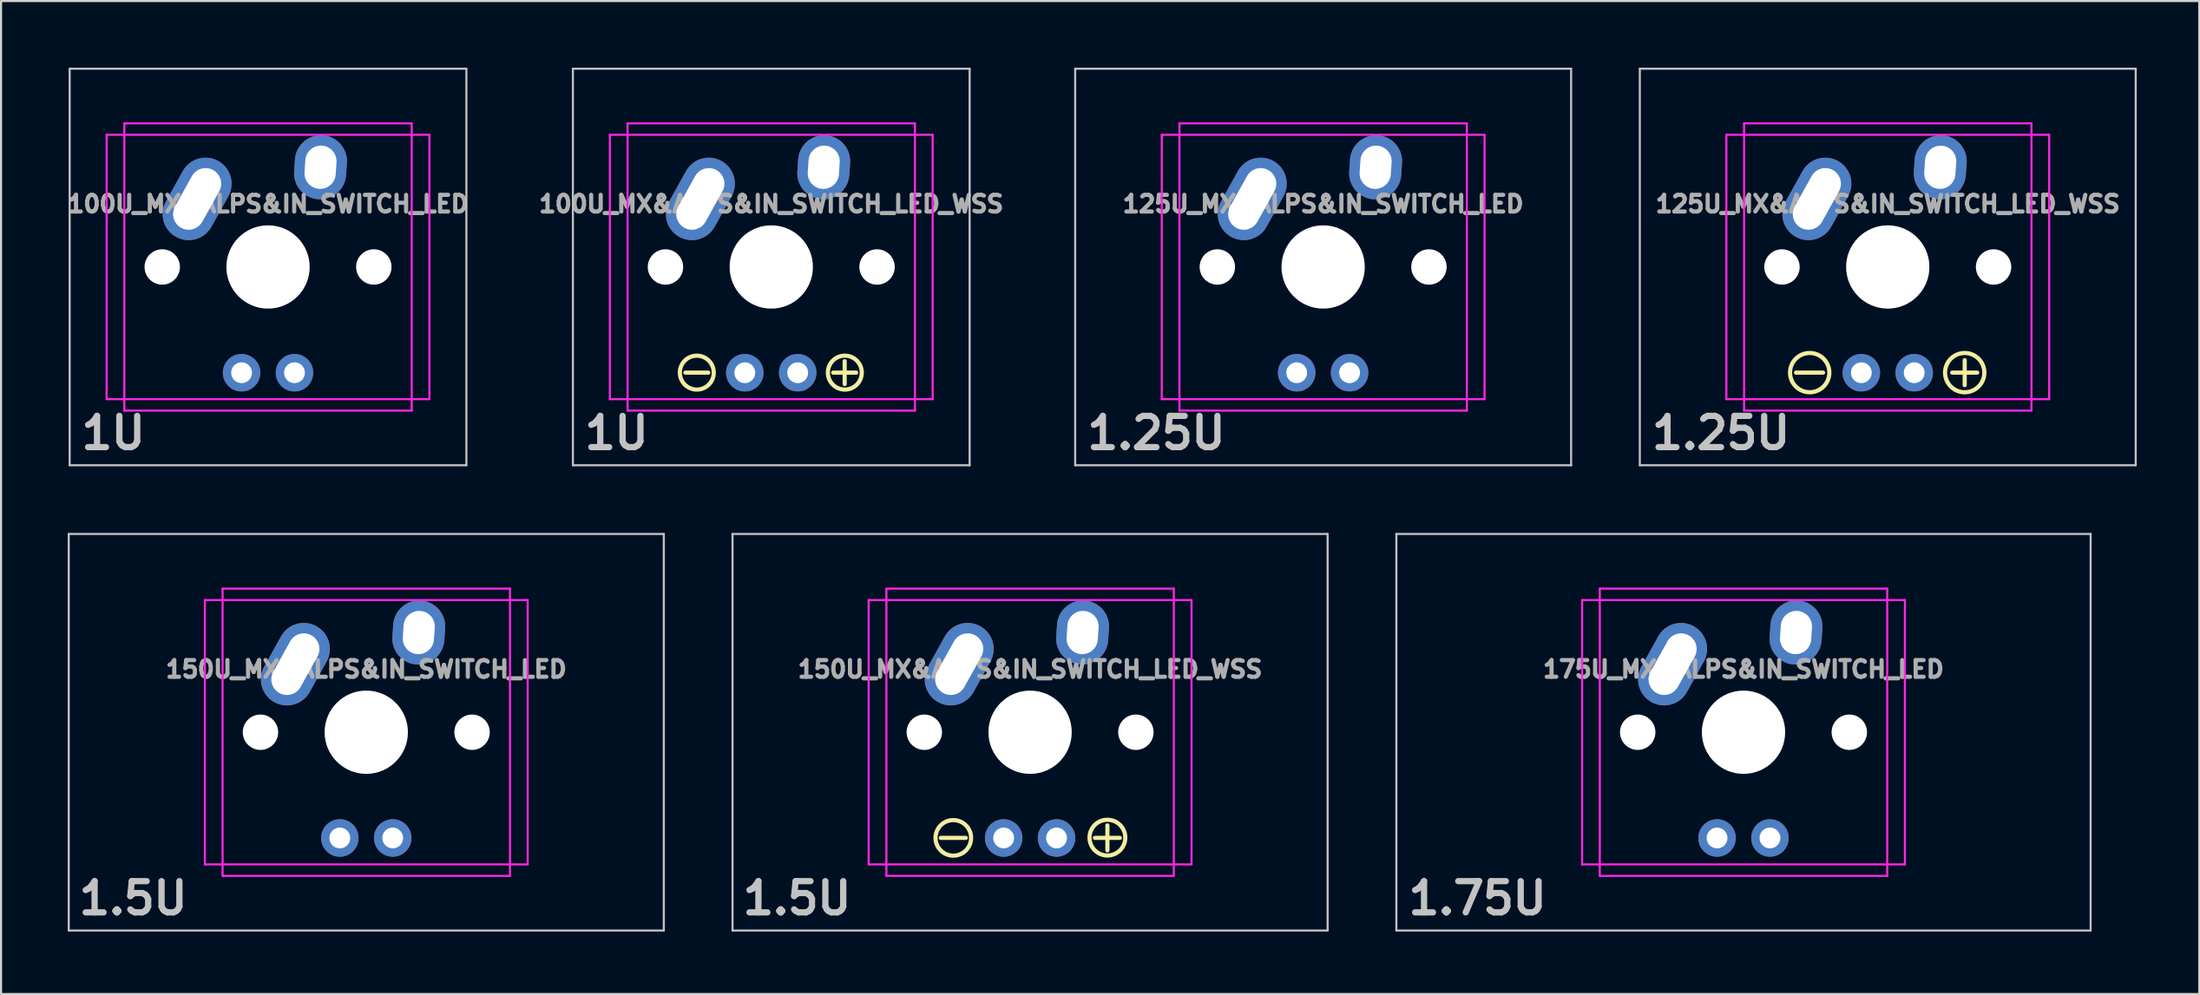
<source format=kicad_pcb>
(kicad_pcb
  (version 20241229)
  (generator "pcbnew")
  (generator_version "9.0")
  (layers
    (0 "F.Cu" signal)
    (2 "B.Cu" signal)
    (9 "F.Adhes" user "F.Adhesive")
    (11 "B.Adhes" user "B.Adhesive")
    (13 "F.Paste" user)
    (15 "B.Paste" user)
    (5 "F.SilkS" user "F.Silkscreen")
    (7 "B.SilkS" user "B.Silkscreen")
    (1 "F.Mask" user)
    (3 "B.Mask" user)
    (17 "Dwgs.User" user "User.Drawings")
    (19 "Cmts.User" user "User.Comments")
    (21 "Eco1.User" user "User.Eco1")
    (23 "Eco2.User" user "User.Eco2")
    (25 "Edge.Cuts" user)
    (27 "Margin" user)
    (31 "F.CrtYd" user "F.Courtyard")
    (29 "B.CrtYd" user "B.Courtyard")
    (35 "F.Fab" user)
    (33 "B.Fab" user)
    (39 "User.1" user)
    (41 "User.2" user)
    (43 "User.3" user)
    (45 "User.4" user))
  (footprint "150U_MX&ALPS&IN_SWITCH_LED_WSS"
    (layer "F.Cu")
    (at 32.125 22.6)
    (property "Reference" "150U_MX&ALPS&IN_SWITCH_LED_WSS" (at 14.287 6.5 0) (layer "F.Fab") (effects (font (size 0.8 0.8) (thickness 0.2))))
    (attr through_hole)
    (fp_line (start 10 14.6) (end 11.2 14.6) (stroke (width 0.2) (type solid)) (layer "F.SilkS"))
    (fp_line (start 17.4 14.6) (end 18.6 14.6) (stroke (width 0.2) (type solid)) (layer "F.SilkS"))
    (fp_line (start 18 15.2) (end 18 14) (stroke (width 0.2) (type solid)) (layer "F.SilkS"))
    (fp_circle (center 10.6 14.6) (end 11.4 14.9) (stroke (width 0.2) (type solid)) (fill no) (layer "F.SilkS"))
    (fp_circle (center 18 14.588) (end 18.8 14.9) (stroke (width 0.2) (type solid)) (fill no) (layer "F.SilkS"))
    (fp_line (start 0 0) (end 28.575 0) (stroke (width 0.1) (type solid)) (layer "Dwgs.User"))
    (fp_line (start 0 19.05) (end 0 0) (stroke (width 0.1) (type solid)) (layer "Dwgs.User"))
    (fp_line (start 28.575 0) (end 28.575 19.05) (stroke (width 0.1) (type solid)) (layer "Dwgs.User"))
    (fp_line (start 28.575 19.05) (end 0 19.05) (stroke (width 0.1) (type solid)) (layer "Dwgs.User"))
    (fp_line (start 6.537 3.175) (end 6.537 15.875) (stroke (width 0.1) (type solid)) (layer "F.CrtYd"))
    (fp_line (start 6.537 3.175) (end 22.038 3.175) (stroke (width 0.1) (type solid)) (layer "F.CrtYd"))
    (fp_line (start 6.537 15.875) (end 22.038 15.875) (stroke (width 0.1) (type solid)) (layer "F.CrtYd"))
    (fp_line (start 7.388 2.625) (end 7.388 16.425) (stroke (width 0.1) (type solid)) (layer "F.CrtYd"))
    (fp_line (start 7.388 2.625) (end 21.188 2.625) (stroke (width 0.1) (type solid)) (layer "F.CrtYd"))
    (fp_line (start 7.388 16.425) (end 21.188 16.425) (stroke (width 0.1) (type solid)) (layer "F.CrtYd"))
    (fp_line (start 21.188 2.625) (end 21.188 16.425) (stroke (width 0.1) (type solid)) (layer "F.CrtYd"))
    (fp_line (start 22.038 3.175) (end 22.038 15.875) (stroke (width 0.1) (type solid)) (layer "F.CrtYd"))
    (fp_text user "1.5U" (at 3.1 17.5 0) (layer "Dwgs.User") (effects (font (size 1.5 1.5) (thickness 0.3))))
    (pad "" np_thru_hole circle (at 9.207 9.525) (size 1.7 1.7) (drill 1.7) (layers "*.Cu" "*.Mask"))
    (pad "" np_thru_hole circle (at 14.287 9.525) (size 4 4) (drill 4) (layers "*.Cu" "*.Mask"))
    (pad "" np_thru_hole circle (at 19.367 9.525) (size 1.7 1.7) (drill 1.7) (layers "*.Cu" "*.Mask"))
    (pad "1" thru_hole oval (at 10.883 6.255 330.95) (size 2.5 4.17) (drill oval 1.5 3.17) (layers "*.Cu" "*.Mask"))
    (pad "2" thru_hole oval (at 16.808 4.735 356.1) (size 2.5 3.08) (drill oval 1.5 2.08) (layers "*.Cu" "*.Mask"))
    (pad "3" thru_hole circle (at 13.018 14.605) (size 1.8 1.8) (drill 1) (layers "*.Cu" "*.Mask"))
    (pad "4" thru_hole circle (at 15.557 14.605) (size 1.8 1.8) (drill 1) (layers "*.Cu" "*.Mask")))
  (footprint "175U_MX&ALPS&IN_SWITCH_LED"
    (layer "F.Cu")
    (at 64 22.6)
    (property "Reference" "175U_MX&ALPS&IN_SWITCH_LED" (at 16.669 6.5 0) (layer "F.Fab") (effects (font (size 0.8 0.8) (thickness 0.2))))
    (attr through_hole)
    (fp_line (start 0 0) (end 33.337 0) (stroke (width 0.1) (type solid)) (layer "Dwgs.User"))
    (fp_line (start 0 19.05) (end 0 0) (stroke (width 0.1) (type solid)) (layer "Dwgs.User"))
    (fp_line (start 33.337 0) (end 33.337 19.05) (stroke (width 0.1) (type solid)) (layer "Dwgs.User"))
    (fp_line (start 33.337 19.05) (end 0 19.05) (stroke (width 0.1) (type solid)) (layer "Dwgs.User"))
    (fp_line (start 8.919 3.175) (end 8.919 15.875) (stroke (width 0.1) (type solid)) (layer "F.CrtYd"))
    (fp_line (start 8.919 3.175) (end 24.419 3.175) (stroke (width 0.1) (type solid)) (layer "F.CrtYd"))
    (fp_line (start 8.919 15.875) (end 24.419 15.875) (stroke (width 0.1) (type solid)) (layer "F.CrtYd"))
    (fp_line (start 9.769 2.625) (end 9.769 16.425) (stroke (width 0.1) (type solid)) (layer "F.CrtYd"))
    (fp_line (start 9.769 2.625) (end 23.569 2.625) (stroke (width 0.1) (type solid)) (layer "F.CrtYd"))
    (fp_line (start 9.769 16.425) (end 23.569 16.425) (stroke (width 0.1) (type solid)) (layer "F.CrtYd"))
    (fp_line (start 23.569 2.625) (end 23.569 16.425) (stroke (width 0.1) (type solid)) (layer "F.CrtYd"))
    (fp_line (start 24.419 3.175) (end 24.419 15.875) (stroke (width 0.1) (type solid)) (layer "F.CrtYd"))
    (fp_text user "1.75U" (at 3.9 17.5 0) (layer "Dwgs.User") (effects (font (size 1.5 1.5) (thickness 0.3))))
    (pad "" np_thru_hole circle (at 11.589 9.525) (size 1.7 1.7) (drill 1.7) (layers "*.Cu" "*.Mask"))
    (pad "" np_thru_hole circle (at 16.669 9.525) (size 4 4) (drill 4) (layers "*.Cu" "*.Mask"))
    (pad "" np_thru_hole circle (at 21.749 9.525) (size 1.7 1.7) (drill 1.7) (layers "*.Cu" "*.Mask"))
    (pad "1" thru_hole oval (at 13.264 6.255 330.95) (size 2.5 4.17) (drill oval 1.5 3.17) (layers "*.Cu" "*.Mask"))
    (pad "2" thru_hole oval (at 19.189 4.735 356.1) (size 2.5 3.08) (drill oval 1.5 2.08) (layers "*.Cu" "*.Mask"))
    (pad "3" thru_hole circle (at 15.399 14.605) (size 1.8 1.8) (drill 1) (layers "*.Cu" "*.Mask"))
    (pad "4" thru_hole circle (at 17.939 14.605) (size 1.8 1.8) (drill 1) (layers "*.Cu" "*.Mask")))
  (footprint "150U_MX&ALPS&IN_SWITCH_LED"
    (layer "F.Cu")
    (at 0.25 22.6)
    (property "Reference" "150U_MX&ALPS&IN_SWITCH_LED" (at 14.287 6.5 0) (layer "F.Fab") (effects (font (size 0.8 0.8) (thickness 0.2))))
    (attr through_hole)
    (fp_line (start 0 0) (end 28.575 0) (stroke (width 0.1) (type solid)) (layer "Dwgs.User"))
    (fp_line (start 0 19.05) (end 0 0) (stroke (width 0.1) (type solid)) (layer "Dwgs.User"))
    (fp_line (start 28.575 0) (end 28.575 19.05) (stroke (width 0.1) (type solid)) (layer "Dwgs.User"))
    (fp_line (start 28.575 19.05) (end 0 19.05) (stroke (width 0.1) (type solid)) (layer "Dwgs.User"))
    (fp_line (start 6.537 3.175) (end 6.537 15.875) (stroke (width 0.1) (type solid)) (layer "F.CrtYd"))
    (fp_line (start 6.537 3.175) (end 22.038 3.175) (stroke (width 0.1) (type solid)) (layer "F.CrtYd"))
    (fp_line (start 6.537 15.875) (end 22.038 15.875) (stroke (width 0.1) (type solid)) (layer "F.CrtYd"))
    (fp_line (start 7.388 2.625) (end 7.388 16.425) (stroke (width 0.1) (type solid)) (layer "F.CrtYd"))
    (fp_line (start 7.388 2.625) (end 21.188 2.625) (stroke (width 0.1) (type solid)) (layer "F.CrtYd"))
    (fp_line (start 7.388 16.425) (end 21.188 16.425) (stroke (width 0.1) (type solid)) (layer "F.CrtYd"))
    (fp_line (start 21.188 2.625) (end 21.188 16.425) (stroke (width 0.1) (type solid)) (layer "F.CrtYd"))
    (fp_line (start 22.038 3.175) (end 22.038 15.875) (stroke (width 0.1) (type solid)) (layer "F.CrtYd"))
    (fp_text user "1.5U" (at 3.1 17.5 0) (layer "Dwgs.User") (effects (font (size 1.5 1.5) (thickness 0.3))))
    (pad "" np_thru_hole circle (at 9.207 9.525) (size 1.7 1.7) (drill 1.7) (layers "*.Cu" "*.Mask"))
    (pad "" np_thru_hole circle (at 14.287 9.525) (size 4 4) (drill 4) (layers "*.Cu" "*.Mask"))
    (pad "" np_thru_hole circle (at 19.367 9.525) (size 1.7 1.7) (drill 1.7) (layers "*.Cu" "*.Mask"))
    (pad "1" thru_hole oval (at 10.883 6.255 330.95) (size 2.5 4.17) (drill oval 1.5 3.17) (layers "*.Cu" "*.Mask"))
    (pad "2" thru_hole oval (at 16.808 4.735 356.1) (size 2.5 3.08) (drill oval 1.5 2.08) (layers "*.Cu" "*.Mask"))
    (pad "3" thru_hole circle (at 13.018 14.605) (size 1.8 1.8) (drill 1) (layers "*.Cu" "*.Mask"))
    (pad "4" thru_hole circle (at 15.557 14.605) (size 1.8 1.8) (drill 1) (layers "*.Cu" "*.Mask")))
  (footprint "100U_MX&ALPS&IN_SWITCH_LED"
    (layer "F.Cu")
    (at 0.295 0.25)
    (property "Reference" "100U_MX&ALPS&IN_SWITCH_LED" (at 9.525 6.5 0) (layer "F.Fab") (effects (font (size 0.8 0.8) (thickness 0.2))))
    (attr through_hole)
    (fp_line (start 0 0) (end 19.05 0) (stroke (width 0.1) (type solid)) (layer "Dwgs.User"))
    (fp_line (start 0 19.05) (end 0 0) (stroke (width 0.1) (type solid)) (layer "Dwgs.User"))
    (fp_line (start 19.05 0) (end 19.05 19.05) (stroke (width 0.1) (type solid)) (layer "Dwgs.User"))
    (fp_line (start 19.05 19.05) (end 0 19.05) (stroke (width 0.1) (type solid)) (layer "Dwgs.User"))
    (fp_line (start 1.775 3.175) (end 1.775 15.875) (stroke (width 0.1) (type solid)) (layer "F.CrtYd"))
    (fp_line (start 1.775 3.175) (end 17.275 3.175) (stroke (width 0.1) (type solid)) (layer "F.CrtYd"))
    (fp_line (start 1.775 15.875) (end 17.275 15.875) (stroke (width 0.1) (type solid)) (layer "F.CrtYd"))
    (fp_line (start 2.625 2.625) (end 2.625 16.425) (stroke (width 0.1) (type solid)) (layer "F.CrtYd"))
    (fp_line (start 2.625 2.625) (end 16.425 2.625) (stroke (width 0.1) (type solid)) (layer "F.CrtYd"))
    (fp_line (start 2.625 16.425) (end 16.425 16.425) (stroke (width 0.1) (type solid)) (layer "F.CrtYd"))
    (fp_line (start 16.425 2.625) (end 16.425 16.425) (stroke (width 0.1) (type solid)) (layer "F.CrtYd"))
    (fp_line (start 17.275 3.175) (end 17.275 15.875) (stroke (width 0.1) (type solid)) (layer "F.CrtYd"))
    (fp_text user "1U" (at 2.1 17.5 0) (layer "Dwgs.User") (effects (font (size 1.5 1.5) (thickness 0.3))))
    (pad "" np_thru_hole circle (at 4.445 9.525) (size 1.7 1.7) (drill 1.7) (layers "*.Cu" "*.Mask"))
    (pad "" np_thru_hole circle (at 9.525 9.525) (size 4 4) (drill 4) (layers "*.Cu" "*.Mask"))
    (pad "" np_thru_hole circle (at 14.605 9.525) (size 1.7 1.7) (drill 1.7) (layers "*.Cu" "*.Mask"))
    (pad "1" thru_hole oval (at 6.12 6.255 330.95) (size 2.5 4.17) (drill oval 1.5 3.17) (layers "*.Cu" "*.Mask"))
    (pad "2" thru_hole oval (at 12.045 4.735 356.1) (size 2.5 3.08) (drill oval 1.5 2.08) (layers "*.Cu" "*.Mask"))
    (pad "3" thru_hole circle (at 8.255 14.605) (size 1.8 1.8) (drill 1) (layers "*.Cu" "*.Mask"))
    (pad "4" thru_hole circle (at 10.795 14.605) (size 1.8 1.8) (drill 1) (layers "*.Cu" "*.Mask")))
  (footprint "125U_MX&ALPS&IN_SWITCH_LED"
    (layer "F.Cu")
    (at 48.578 0.25)
    (property "Reference" "125U_MX&ALPS&IN_SWITCH_LED" (at 11.906 6.5 0) (layer "F.Fab") (effects (font (size 0.8 0.8) (thickness 0.2))))
    (attr through_hole)
    (fp_line (start 0 0) (end 23.812 0) (stroke (width 0.1) (type solid)) (layer "Dwgs.User"))
    (fp_line (start 0 19.05) (end 0 0) (stroke (width 0.1) (type solid)) (layer "Dwgs.User"))
    (fp_line (start 23.812 0) (end 23.812 19.05) (stroke (width 0.1) (type solid)) (layer "Dwgs.User"))
    (fp_line (start 23.812 19.05) (end 0 19.05) (stroke (width 0.1) (type solid)) (layer "Dwgs.User"))
    (fp_line (start 4.156 3.175) (end 4.156 15.875) (stroke (width 0.1) (type solid)) (layer "F.CrtYd"))
    (fp_line (start 4.156 3.175) (end 19.656 3.175) (stroke (width 0.1) (type solid)) (layer "F.CrtYd"))
    (fp_line (start 4.156 15.875) (end 19.656 15.875) (stroke (width 0.1) (type solid)) (layer "F.CrtYd"))
    (fp_line (start 5.006 2.625) (end 5.006 16.425) (stroke (width 0.1) (type solid)) (layer "F.CrtYd"))
    (fp_line (start 5.006 2.625) (end 18.806 2.625) (stroke (width 0.1) (type solid)) (layer "F.CrtYd"))
    (fp_line (start 5.006 16.425) (end 18.806 16.425) (stroke (width 0.1) (type solid)) (layer "F.CrtYd"))
    (fp_line (start 18.806 2.625) (end 18.806 16.425) (stroke (width 0.1) (type solid)) (layer "F.CrtYd"))
    (fp_line (start 19.656 3.175) (end 19.656 15.875) (stroke (width 0.1) (type solid)) (layer "F.CrtYd"))
    (fp_text user "1.25U" (at 3.9 17.5 0) (layer "Dwgs.User") (effects (font (size 1.5 1.5) (thickness 0.3))))
    (pad "" np_thru_hole circle (at 6.826 9.525) (size 1.7 1.7) (drill 1.7) (layers "*.Cu" "*.Mask"))
    (pad "" np_thru_hole circle (at 11.906 9.525) (size 4 4) (drill 4) (layers "*.Cu" "*.Mask"))
    (pad "" np_thru_hole circle (at 16.986 9.525) (size 1.7 1.7) (drill 1.7) (layers "*.Cu" "*.Mask"))
    (pad "1" thru_hole oval (at 8.501 6.255 330.95) (size 2.5 4.17) (drill oval 1.5 3.17) (layers "*.Cu" "*.Mask"))
    (pad "2" thru_hole oval (at 14.426 4.735 356.1) (size 2.5 3.08) (drill oval 1.5 2.08) (layers "*.Cu" "*.Mask"))
    (pad "3" thru_hole circle (at 10.636 14.605) (size 1.8 1.8) (drill 1) (layers "*.Cu" "*.Mask"))
    (pad "4" thru_hole circle (at 13.176 14.605) (size 1.8 1.8) (drill 1) (layers "*.Cu" "*.Mask")))
  (footprint "100U_MX&ALPS&IN_SWITCH_LED_WSS"
    (layer "F.Cu")
    (at 24.459 0.25)
    (property "Reference" "100U_MX&ALPS&IN_SWITCH_LED_WSS" (at 9.525 6.5 0) (layer "F.Fab") (effects (font (size 0.8 0.8) (thickness 0.2))))
    (attr through_hole)
    (fp_line (start 6.5 14.6) (end 5.4 14.6) (stroke (width 0.2) (type solid)) (layer "F.SilkS"))
    (fp_line (start 13.05 14.05) (end 13.05 15.15) (stroke (width 0.2) (type solid)) (layer "F.SilkS"))
    (fp_line (start 13.6 14.6) (end 12.5 14.6) (stroke (width 0.2) (type solid)) (layer "F.SilkS"))
    (fp_circle (center 5.95 14.6) (end 6.593 15.1) (stroke (width 0.2) (type solid)) (fill no) (layer "F.SilkS"))
    (fp_circle (center 13.057 14.6) (end 13.7 15.1) (stroke (width 0.2) (type solid)) (fill no) (layer "F.SilkS"))
    (fp_line (start 0 0) (end 19.05 0) (stroke (width 0.1) (type solid)) (layer "Dwgs.User"))
    (fp_line (start 0 19.05) (end 0 0) (stroke (width 0.1) (type solid)) (layer "Dwgs.User"))
    (fp_line (start 19.05 0) (end 19.05 19.05) (stroke (width 0.1) (type solid)) (layer "Dwgs.User"))
    (fp_line (start 19.05 19.05) (end 0 19.05) (stroke (width 0.1) (type solid)) (layer "Dwgs.User"))
    (fp_line (start 1.775 3.175) (end 1.775 15.875) (stroke (width 0.1) (type solid)) (layer "F.CrtYd"))
    (fp_line (start 1.775 3.175) (end 17.275 3.175) (stroke (width 0.1) (type solid)) (layer "F.CrtYd"))
    (fp_line (start 1.775 15.875) (end 17.275 15.875) (stroke (width 0.1) (type solid)) (layer "F.CrtYd"))
    (fp_line (start 2.625 2.625) (end 2.625 16.425) (stroke (width 0.1) (type solid)) (layer "F.CrtYd"))
    (fp_line (start 2.625 2.625) (end 16.425 2.625) (stroke (width 0.1) (type solid)) (layer "F.CrtYd"))
    (fp_line (start 2.625 16.425) (end 16.425 16.425) (stroke (width 0.1) (type solid)) (layer "F.CrtYd"))
    (fp_line (start 16.425 2.625) (end 16.425 16.425) (stroke (width 0.1) (type solid)) (layer "F.CrtYd"))
    (fp_line (start 17.275 3.175) (end 17.275 15.875) (stroke (width 0.1) (type solid)) (layer "F.CrtYd"))
    (fp_text user "1U" (at 2.1 17.5 0) (layer "Dwgs.User") (effects (font (size 1.5 1.5) (thickness 0.3))))
    (pad "" np_thru_hole circle (at 4.445 9.525) (size 1.7 1.7) (drill 1.7) (layers "*.Cu" "*.Mask"))
    (pad "" np_thru_hole circle (at 9.525 9.525) (size 4 4) (drill 4) (layers "*.Cu" "*.Mask"))
    (pad "" np_thru_hole circle (at 14.605 9.525) (size 1.7 1.7) (drill 1.7) (layers "*.Cu" "*.Mask"))
    (pad "1" thru_hole oval (at 6.12 6.255 330.95) (size 2.5 4.17) (drill oval 1.5 3.17) (layers "*.Cu" "*.Mask"))
    (pad "2" thru_hole oval (at 12.045 4.735 356.1) (size 2.5 3.08) (drill oval 1.5 2.08) (layers "*.Cu" "*.Mask"))
    (pad "3" thru_hole circle (at 8.255 14.605) (size 1.8 1.8) (drill 1) (layers "*.Cu" "*.Mask"))
    (pad "4" thru_hole circle (at 10.795 14.605) (size 1.8 1.8) (drill 1) (layers "*.Cu" "*.Mask")))
  (footprint "125U_MX&ALPS&IN_SWITCH_LED_WSS"
    (layer "F.Cu")
    (at 75.69 0.25)
    (property "Reference" "125U_MX&ALPS&IN_SWITCH_LED_WSS" (at 11.906 6.5 0) (layer "F.Fab") (effects (font (size 0.8 0.8) (thickness 0.2))))
    (attr through_hole)
    (fp_line (start 7.5 14.6) (end 8.8 14.6) (stroke (width 0.2) (type solid)) (layer "F.SilkS"))
    (fp_line (start 15 14.6) (end 16.2 14.6) (stroke (width 0.2) (type solid)) (layer "F.SilkS"))
    (fp_line (start 15.6 15.2) (end 15.6 14) (stroke (width 0.2) (type solid)) (layer "F.SilkS"))
    (fp_circle (center 8.157 14.6) (end 8.957 15.1) (stroke (width 0.2) (type solid)) (fill no) (layer "F.SilkS"))
    (fp_circle (center 15.6 14.6) (end 16.4 15.1) (stroke (width 0.2) (type solid)) (fill no) (layer "F.SilkS"))
    (fp_line (start 0 0) (end 23.812 0) (stroke (width 0.1) (type solid)) (layer "Dwgs.User"))
    (fp_line (start 0 19.05) (end 0 0) (stroke (width 0.1) (type solid)) (layer "Dwgs.User"))
    (fp_line (start 23.812 0) (end 23.812 19.05) (stroke (width 0.1) (type solid)) (layer "Dwgs.User"))
    (fp_line (start 23.812 19.05) (end 0 19.05) (stroke (width 0.1) (type solid)) (layer "Dwgs.User"))
    (fp_line (start 4.156 3.175) (end 4.156 15.875) (stroke (width 0.1) (type solid)) (layer "F.CrtYd"))
    (fp_line (start 4.156 3.175) (end 19.656 3.175) (stroke (width 0.1) (type solid)) (layer "F.CrtYd"))
    (fp_line (start 4.156 15.875) (end 19.656 15.875) (stroke (width 0.1) (type solid)) (layer "F.CrtYd"))
    (fp_line (start 5.006 2.625) (end 5.006 16.425) (stroke (width 0.1) (type solid)) (layer "F.CrtYd"))
    (fp_line (start 5.006 2.625) (end 18.806 2.625) (stroke (width 0.1) (type solid)) (layer "F.CrtYd"))
    (fp_line (start 5.006 16.425) (end 18.806 16.425) (stroke (width 0.1) (type solid)) (layer "F.CrtYd"))
    (fp_line (start 18.806 2.625) (end 18.806 16.425) (stroke (width 0.1) (type solid)) (layer "F.CrtYd"))
    (fp_line (start 19.656 3.175) (end 19.656 15.875) (stroke (width 0.1) (type solid)) (layer "F.CrtYd"))
    (fp_text user "1.25U" (at 3.9 17.5 0) (layer "Dwgs.User") (effects (font (size 1.5 1.5) (thickness 0.3))))
    (pad "" np_thru_hole circle (at 6.826 9.525) (size 1.7 1.7) (drill 1.7) (layers "*.Cu" "*.Mask"))
    (pad "" np_thru_hole circle (at 11.906 9.525) (size 4 4) (drill 4) (layers "*.Cu" "*.Mask"))
    (pad "" np_thru_hole circle (at 16.986 9.525) (size 1.7 1.7) (drill 1.7) (layers "*.Cu" "*.Mask"))
    (pad "1" thru_hole oval (at 8.501 6.255 330.95) (size 2.5 4.17) (drill oval 1.5 3.17) (layers "*.Cu" "*.Mask"))
    (pad "2" thru_hole oval (at 14.426 4.735 356.1) (size 2.5 3.08) (drill oval 1.5 2.08) (layers "*.Cu" "*.Mask"))
    (pad "3" thru_hole circle (at 10.636 14.605) (size 1.8 1.8) (drill 1) (layers "*.Cu" "*.Mask"))
    (pad "4" thru_hole circle (at 13.176 14.605) (size 1.8 1.8) (drill 1) (layers "*.Cu" "*.Mask")))
  (gr_rect
    (start -3 -3)
    (end 102.553 44.7)
    (stroke (width 0.1) (type default))
    (fill no)
    (layer "Edge.Cuts")))
</source>
